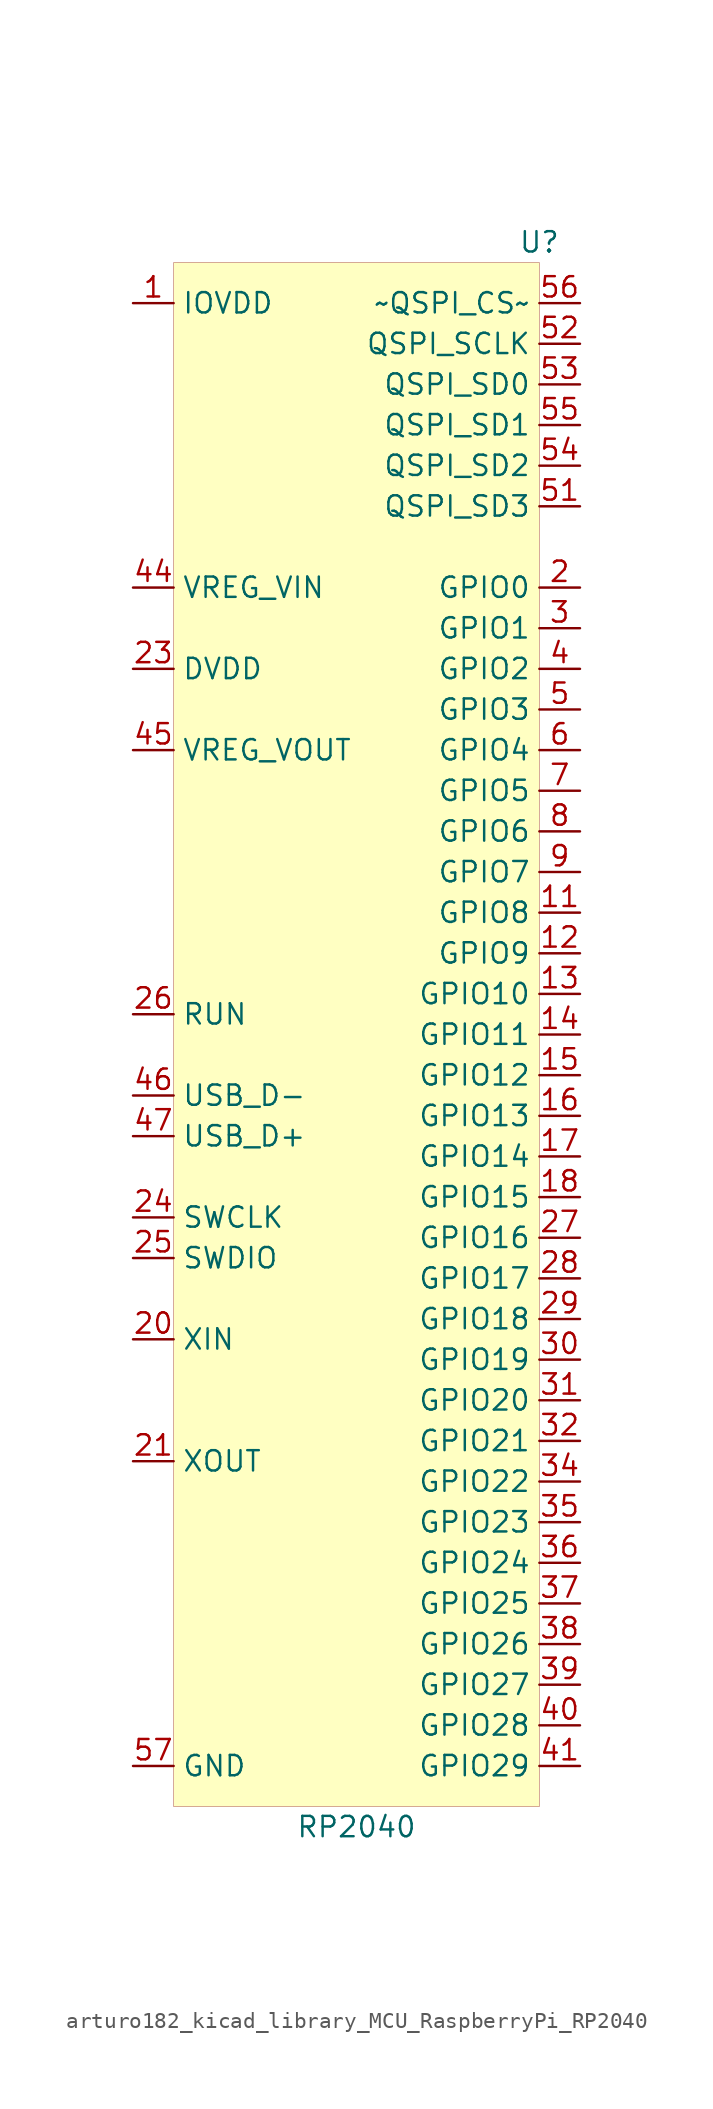
<source format=kicad_sym>
(kicad_symbol_lib
  (version 20220914)
  (generator kicad_symbol_editor)
  (symbol "MCU_RaspberryPi:arturo182_kicad_library_MCU_RaspberryPi_RP2040"
    (property "Reference" "U"
      (at 11.43 1.27 0)
      (effects (font (size 1.27 1.27))))
    (property "Value" "RP2040"
      (at 0 -97.79 0)
      (effects (font (size 1.27 1.27))))
    (symbol "arturo182_kicad_library_MCU_RaspberryPi_RP2040_0_0"
      (pin power_in line (at -13.97 -2.54 0) (length 2.54) (name "IOVDD" (effects (font (size 1.27 1.27)))) (number "1" (effects (font (size 1.27 1.27)))))
      (pin bidirectional line (at 13.97 -20.32 180) (length 2.54) (name "GPIO0" (effects (font (size 1.27 1.27)))) (number "2" (effects (font (size 1.27 1.27)))))
      (pin bidirectional line (at 13.97 -22.86 180) (length 2.54) (name "GPIO1" (effects (font (size 1.27 1.27)))) (number "3" (effects (font (size 1.27 1.27)))))
      (pin bidirectional line (at 13.97 -25.4 180) (length 2.54) (name "GPIO2" (effects (font (size 1.27 1.27)))) (number "4" (effects (font (size 1.27 1.27)))))
      (pin bidirectional line (at 13.97 -27.94 180) (length 2.54) (name "GPIO3" (effects (font (size 1.27 1.27)))) (number "5" (effects (font (size 1.27 1.27)))))
      (pin bidirectional line (at 13.97 -30.48 180) (length 2.54) (name "GPIO4" (effects (font (size 1.27 1.27)))) (number "6" (effects (font (size 1.27 1.27)))))
      (pin bidirectional line (at 13.97 -33.02 180) (length 2.54) (name "GPIO5" (effects (font (size 1.27 1.27)))) (number "7" (effects (font (size 1.27 1.27)))))
      (pin bidirectional line (at 13.97 -35.56 180) (length 2.54) (name "GPIO6" (effects (font (size 1.27 1.27)))) (number "8" (effects (font (size 1.27 1.27)))))
      (pin bidirectional line (at 13.97 -38.1 180) (length 2.54) (name "GPIO7" (effects (font (size 1.27 1.27)))) (number "9" (effects (font (size 1.27 1.27)))))
      (pin passive line (at -13.97 -2.54 0) (length 2.54) hide (name "IOVDD" (effects (font (size 1.27 1.27)))) (number "10" (effects (font (size 1.27 1.27)))))
      (pin bidirectional line (at 13.97 -40.64 180) (length 2.54) (name "GPIO8" (effects (font (size 1.27 1.27)))) (number "11" (effects (font (size 1.27 1.27))))))
    (symbol "arturo182_kicad_library_MCU_RaspberryPi_RP2040_0_1"
      (rectangle (start -11.43 0) (end 11.43 -96.52) (stroke (width 0.001)) (fill (type background))))
    (symbol "arturo182_kicad_library_MCU_RaspberryPi_RP2040_1_1"
      (pin bidirectional line (at 13.97 -43.18 180) (length 2.54) (name "GPIO9" (effects (font (size 1.27 1.27)))) (number "12" (effects (font (size 1.27 1.27)))))
      (pin bidirectional line (at 13.97 -45.72 180) (length 2.54) (name "GPIO10" (effects (font (size 1.27 1.27)))) (number "13" (effects (font (size 1.27 1.27)))))
      (pin bidirectional line (at 13.97 -48.26 180) (length 2.54) (name "GPIO11" (effects (font (size 1.27 1.27)))) (number "14" (effects (font (size 1.27 1.27)))))
      (pin bidirectional line (at 13.97 -50.8 180) (length 2.54) (name "GPIO12" (effects (font (size 1.27 1.27)))) (number "15" (effects (font (size 1.27 1.27)))))
      (pin bidirectional line (at 13.97 -53.34 180) (length 2.54) (name "GPIO13" (effects (font (size 1.27 1.27)))) (number "16" (effects (font (size 1.27 1.27)))))
      (pin bidirectional line (at 13.97 -55.88 180) (length 2.54) (name "GPIO14" (effects (font (size 1.27 1.27)))) (number "17" (effects (font (size 1.27 1.27)))))
      (pin bidirectional line (at 13.97 -58.42 180) (length 2.54) (name "GPIO15" (effects (font (size 1.27 1.27)))) (number "18" (effects (font (size 1.27 1.27)))))
      (pin passive line (at -13.97 -93.98 0) (length 2.54) hide (name "TESTEN" (effects (font (size 1.27 1.27)))) (number "19" (effects (font (size 1.27 1.27)))))
      (pin input line (at -13.97 -67.31 0) (length 2.54) (name "XIN" (effects (font (size 1.27 1.27)))) (number "20" (effects (font (size 1.27 1.27)))))
      (pin output line (at -13.97 -74.93 0) (length 2.54) (name "XOUT" (effects (font (size 1.27 1.27)))) (number "21" (effects (font (size 1.27 1.27)))))
      (pin passive line (at -13.97 -2.54 0) (length 2.54) hide (name "IOVDD" (effects (font (size 1.27 1.27)))) (number "22" (effects (font (size 1.27 1.27)))))
      (pin power_in line (at -13.97 -25.4 0) (length 2.54) (name "DVDD" (effects (font (size 1.27 1.27)))) (number "23" (effects (font (size 1.27 1.27)))))
      (pin input line (at -13.97 -59.69 0) (length 2.54) (name "SWCLK" (effects (font (size 1.27 1.27)))) (number "24" (effects (font (size 1.27 1.27)))))
      (pin bidirectional line (at -13.97 -62.23 0) (length 2.54) (name "SWDIO" (effects (font (size 1.27 1.27)))) (number "25" (effects (font (size 1.27 1.27)))))
      (pin input line (at -13.97 -46.99 0) (length 2.54) (name "RUN" (effects (font (size 1.27 1.27)))) (number "26" (effects (font (size 1.27 1.27)))))
      (pin bidirectional line (at 13.97 -60.96 180) (length 2.54) (name "GPIO16" (effects (font (size 1.27 1.27)))) (number "27" (effects (font (size 1.27 1.27)))))
      (pin bidirectional line (at 13.97 -63.5 180) (length 2.54) (name "GPIO17" (effects (font (size 1.27 1.27)))) (number "28" (effects (font (size 1.27 1.27)))))
      (pin bidirectional line (at 13.97 -66.04 180) (length 2.54) (name "GPIO18" (effects (font (size 1.27 1.27)))) (number "29" (effects (font (size 1.27 1.27)))))
      (pin bidirectional line (at 13.97 -68.58 180) (length 2.54) (name "GPIO19" (effects (font (size 1.27 1.27)))) (number "30" (effects (font (size 1.27 1.27)))))
      (pin bidirectional line (at 13.97 -71.12 180) (length 2.54) (name "GPIO20" (effects (font (size 1.27 1.27)))) (number "31" (effects (font (size 1.27 1.27)))))
      (pin bidirectional line (at 13.97 -73.66 180) (length 2.54) (name "GPIO21" (effects (font (size 1.27 1.27)))) (number "32" (effects (font (size 1.27 1.27)))))
      (pin passive line (at -13.97 -2.54 0) (length 2.54) hide (name "IOVDD" (effects (font (size 1.27 1.27)))) (number "33" (effects (font (size 1.27 1.27)))))
      (pin bidirectional line (at 13.97 -76.2 180) (length 2.54) (name "GPIO22" (effects (font (size 1.27 1.27)))) (number "34" (effects (font (size 1.27 1.27)))))
      (pin bidirectional line (at 13.97 -78.74 180) (length 2.54) (name "GPIO23" (effects (font (size 1.27 1.27)))) (number "35" (effects (font (size 1.27 1.27)))))
      (pin bidirectional line (at 13.97 -81.28 180) (length 2.54) (name "GPIO24" (effects (font (size 1.27 1.27)))) (number "36" (effects (font (size 1.27 1.27)))))
      (pin bidirectional line (at 13.97 -83.82 180) (length 2.54) (name "GPIO25" (effects (font (size 1.27 1.27)))) (number "37" (effects (font (size 1.27 1.27)))))
      (pin bidirectional line (at 13.97 -86.36 180) (length 2.54) (name "GPIO26" (effects (font (size 1.27 1.27)))) (number "38" (effects (font (size 1.27 1.27)))))
      (pin bidirectional line (at 13.97 -88.9 180) (length 2.54) (name "GPIO27" (effects (font (size 1.27 1.27)))) (number "39" (effects (font (size 1.27 1.27)))))
      (pin bidirectional line (at 13.97 -91.44 180) (length 2.54) (name "GPIO28" (effects (font (size 1.27 1.27)))) (number "40" (effects (font (size 1.27 1.27)))))
      (pin bidirectional line (at 13.97 -93.98 180) (length 2.54) (name "GPIO29" (effects (font (size 1.27 1.27)))) (number "41" (effects (font (size 1.27 1.27)))))
      (pin passive line (at -13.97 -2.54 0) (length 2.54) hide (name "IOVDD" (effects (font (size 1.27 1.27)))) (number "42" (effects (font (size 1.27 1.27)))))
      (pin passive line (at -13.97 -2.54 0) (length 2.54) hide (name "ADC_AVDD" (effects (font (size 1.27 1.27)))) (number "43" (effects (font (size 1.27 1.27)))))
      (pin power_in line (at -13.97 -20.32 0) (length 2.54) (name "VREG_VIN" (effects (font (size 1.27 1.27)))) (number "44" (effects (font (size 1.27 1.27)))))
      (pin power_out line (at -13.97 -30.48 0) (length 2.54) (name "VREG_VOUT" (effects (font (size 1.27 1.27)))) (number "45" (effects (font (size 1.27 1.27)))))
      (pin bidirectional line (at -13.97 -52.07 0) (length 2.54) (name "USB_D-" (effects (font (size 1.27 1.27)))) (number "46" (effects (font (size 1.27 1.27)))))
      (pin bidirectional line (at -13.97 -54.61 0) (length 2.54) (name "USB_D+" (effects (font (size 1.27 1.27)))) (number "47" (effects (font (size 1.27 1.27)))))
      (pin passive line (at -13.97 -2.54 0) (length 2.54) hide (name "USB_VDD" (effects (font (size 1.27 1.27)))) (number "48" (effects (font (size 1.27 1.27)))))
      (pin passive line (at -13.97 -2.54 0) (length 2.54) hide (name "IOVDD" (effects (font (size 1.27 1.27)))) (number "49" (effects (font (size 1.27 1.27)))))
      (pin passive line (at -13.97 -25.4 0) (length 2.54) hide (name "DVDD" (effects (font (size 1.27 1.27)))) (number "50" (effects (font (size 1.27 1.27)))))
      (pin bidirectional line (at 13.97 -15.24 180) (length 2.54) (name "QSPI_SD3" (effects (font (size 1.27 1.27)))) (number "51" (effects (font (size 1.27 1.27)))))
      (pin output line (at 13.97 -5.08 180) (length 2.54) (name "QSPI_SCLK" (effects (font (size 1.27 1.27)))) (number "52" (effects (font (size 1.27 1.27)))))
      (pin bidirectional line (at 13.97 -7.62 180) (length 2.54) (name "QSPI_SD0" (effects (font (size 1.27 1.27)))) (number "53" (effects (font (size 1.27 1.27)))))
      (pin bidirectional line (at 13.97 -12.7 180) (length 2.54) (name "QSPI_SD2" (effects (font (size 1.27 1.27)))) (number "54" (effects (font (size 1.27 1.27)))))
      (pin bidirectional line (at 13.97 -10.16 180) (length 2.54) (name "QSPI_SD1" (effects (font (size 1.27 1.27)))) (number "55" (effects (font (size 1.27 1.27)))))
      (pin input line (at 13.97 -2.54 180) (length 2.54) (name "~QSPI_CS~" (effects (font (size 1.27 1.27)))) (number "56" (effects (font (size 1.27 1.27)))))
      (pin power_in line (at -13.97 -93.98 0) (length 2.54) (name "GND" (effects (font (size 1.27 1.27)))) (number "57" (effects (font (size 1.27 1.27))))))))
</source>
